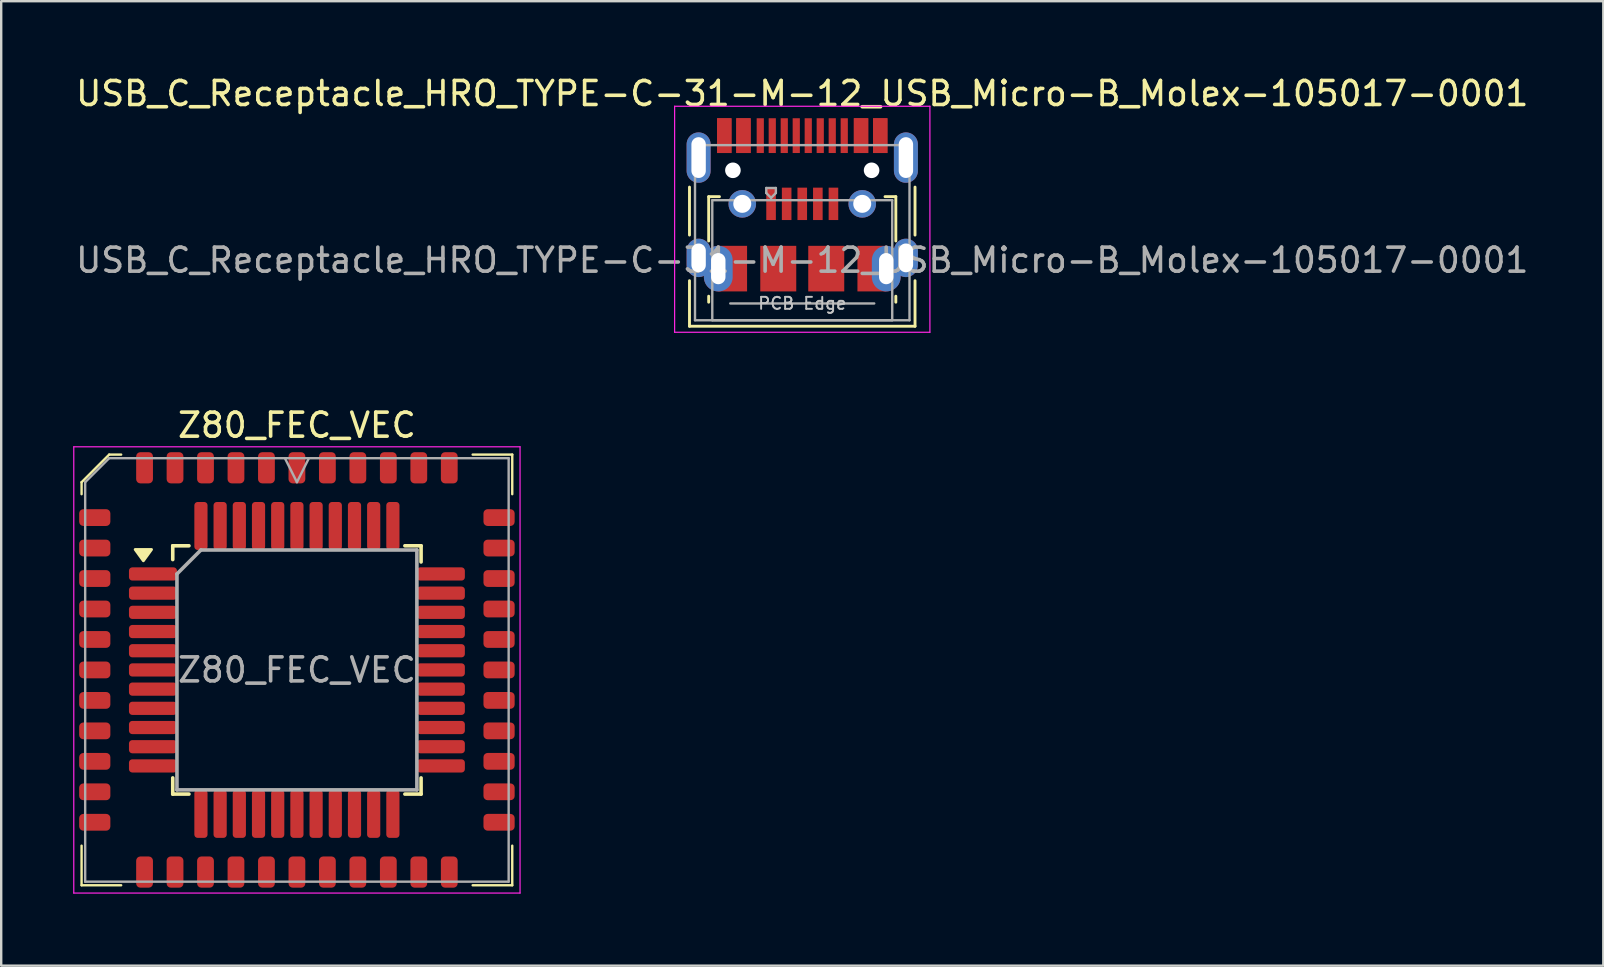
<source format=kicad_pcb>
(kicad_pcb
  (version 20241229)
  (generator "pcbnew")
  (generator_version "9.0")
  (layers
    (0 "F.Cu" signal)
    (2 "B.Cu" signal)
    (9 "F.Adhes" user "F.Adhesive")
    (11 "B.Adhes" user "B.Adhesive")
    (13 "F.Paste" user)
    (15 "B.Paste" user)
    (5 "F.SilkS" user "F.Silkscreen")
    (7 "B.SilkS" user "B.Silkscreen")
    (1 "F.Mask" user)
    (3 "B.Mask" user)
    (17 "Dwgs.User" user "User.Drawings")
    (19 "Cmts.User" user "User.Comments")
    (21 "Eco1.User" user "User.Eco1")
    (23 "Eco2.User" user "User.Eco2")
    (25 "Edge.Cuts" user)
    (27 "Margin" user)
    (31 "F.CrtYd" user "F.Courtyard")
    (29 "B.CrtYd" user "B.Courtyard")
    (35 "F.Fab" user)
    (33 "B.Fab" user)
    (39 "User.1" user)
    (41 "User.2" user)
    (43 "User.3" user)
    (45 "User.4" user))
  (footprint "USB_C_Receptacle_HRO_TYPE-C-31-M-12_USB_Micro-B_Molex-105017-0001"
    (layer "F.Cu")
    (at 30.387 6.648)
    (property "Reference" "USB_C_Receptacle_HRO_TYPE-C-31-M-12_USB_Micro-B_Molex-105017-0001" (at 0 -5.8 0) (layer "F.SilkS") (effects (font (size 1 1) (thickness 0.15))))
    (attr smd)
    (fp_line (start -4.7 -1.9) (end -4.7 0.1) (stroke (width 0.12) (type solid)) (layer "F.SilkS"))
    (fp_line (start -4.7 2) (end -4.7 3.9) (stroke (width 0.12) (type solid)) (layer "F.SilkS"))
    (fp_line (start -4.7 3.9) (end 4.7 3.9) (stroke (width 0.12) (type solid)) (layer "F.SilkS"))
    (fp_line (start -3.9 -1.502) (end -3.45 -1.502) (stroke (width 0.12) (type solid)) (layer "F.SilkS"))
    (fp_line (start -3.9 0.347) (end -3.9 -1.502) (stroke (width 0.12) (type solid)) (layer "F.SilkS"))
    (fp_line (start -3.9 2.897) (end -3.9 2.647) (stroke (width 0.12) (type solid)) (layer "F.SilkS"))
    (fp_line (start 3.9 -1.502) (end 3.45 -1.502) (stroke (width 0.12) (type solid)) (layer "F.SilkS"))
    (fp_line (start 3.9 0.347) (end 3.9 -1.502) (stroke (width 0.12) (type solid)) (layer "F.SilkS"))
    (fp_line (start 3.9 2.897) (end 3.9 2.647) (stroke (width 0.12) (type solid)) (layer "F.SilkS"))
    (fp_line (start 4.7 -1.9) (end 4.7 0.1) (stroke (width 0.12) (type solid)) (layer "F.SilkS"))
    (fp_line (start 4.7 2) (end 4.7 3.9) (stroke (width 0.12) (type solid)) (layer "F.SilkS"))
    (fp_line (start -5.32 -5.27) (end -5.32 4.15) (stroke (width 0.05) (type solid)) (layer "F.CrtYd"))
    (fp_line (start -5.32 -5.27) (end 5.32 -5.27) (stroke (width 0.05) (type solid)) (layer "F.CrtYd"))
    (fp_line (start -5.32 4.15) (end 5.32 4.15) (stroke (width 0.05) (type solid)) (layer "F.CrtYd"))
    (fp_line (start 5.32 -5.27) (end 5.32 4.15) (stroke (width 0.05) (type solid)) (layer "F.CrtYd"))
    (fp_line (start -4.47 -3.65) (end -4.47 3.65) (stroke (width 0.1) (type solid)) (layer "F.Fab"))
    (fp_line (start -4.47 -3.65) (end 4.47 -3.65) (stroke (width 0.1) (type solid)) (layer "F.Fab"))
    (fp_line (start -4.47 3.65) (end 4.47 3.65) (stroke (width 0.1) (type solid)) (layer "F.Fab"))
    (fp_line (start -3.75 -1.353) (end 3.75 -1.353) (stroke (width 0.1) (type solid)) (layer "F.Fab"))
    (fp_line (start -3.75 3.647) (end -3.75 -1.353) (stroke (width 0.1) (type solid)) (layer "F.Fab"))
    (fp_line (start -3.75 3.649) (end 3.75 3.649) (stroke (width 0.1) (type solid)) (layer "F.Fab"))
    (fp_line (start -3 2.949) (end 3 2.949) (stroke (width 0.1) (type solid)) (layer "F.Fab"))
    (fp_line (start -1.5 -1.863) (end -1.5 -1.653) (stroke (width 0.1) (type solid)) (layer "F.Fab"))
    (fp_line (start -1.5 -1.863) (end -1.1 -1.863) (stroke (width 0.1) (type solid)) (layer "F.Fab"))
    (fp_line (start -1.3 -1.452) (end -1.5 -1.653) (stroke (width 0.1) (type solid)) (layer "F.Fab"))
    (fp_line (start -1.1 -1.863) (end -1.1 -1.653) (stroke (width 0.1) (type solid)) (layer "F.Fab"))
    (fp_line (start -1.1 -1.653) (end -1.3 -1.452) (stroke (width 0.1) (type solid)) (layer "F.Fab"))
    (fp_line (start 3.75 3.647) (end 3.75 -1.353) (stroke (width 0.1) (type solid)) (layer "F.Fab"))
    (fp_line (start 4.47 -3.65) (end 4.47 3.65) (stroke (width 0.1) (type solid)) (layer "F.Fab"))
    (fp_text user "PCB Edge" (at 0 2.947 0) (layer "Dwgs.User") (effects (font (size 0.5 0.5) (thickness 0.08))))
    (fp_text user "${REFERENCE}" (at 0 1.147 0) (layer "F.Fab") (effects (font (size 1 1) (thickness 0.15))))
    (pad "" np_thru_hole circle (at -2.89 -2.6) (size 0.65 0.65) (drill 0.65) (layers "*.Cu" "*.Mask"))
    (pad "" smd rect (at 0.65 -1.202) (size 0.4 1.35) (layers "F.Cu" "F.Mask" "F.Paste"))
    (pad "" np_thru_hole circle (at 2.89 -2.6) (size 0.65 0.65) (drill 0.65) (layers "*.Cu" "*.Mask"))
    (pad "A1" smd rect (at -3.25 -4.045) (size 0.6 1.45) (layers "F.Cu" "F.Mask" "F.Paste"))
    (pad "A4" smd rect (at -2.45 -4.045) (size 0.6 1.45) (layers "F.Cu" "F.Mask" "F.Paste"))
    (pad "A4" smd rect (at -1.3 -1.202) (size 0.4 1.35) (layers "F.Cu" "F.Mask" "F.Paste"))
    (pad "A5" smd rect (at -1.25 -4.045) (size 0.3 1.45) (layers "F.Cu" "F.Mask" "F.Paste"))
    (pad "A6" smd rect (at -0.25 -4.045) (size 0.3 1.45) (layers "F.Cu" "F.Mask" "F.Paste"))
    (pad "A6" smd rect (at 0 -1.202) (size 0.4 1.35) (layers "F.Cu" "F.Mask" "F.Paste"))
    (pad "A7" smd rect (at 0.25 -4.045) (size 0.3 1.45) (layers "F.Cu" "F.Mask" "F.Paste"))
    (pad "A8" smd rect (at 1.25 -4.045) (size 0.3 1.45) (layers "F.Cu" "F.Mask" "F.Paste"))
    (pad "A9" smd rect (at 2.45 -4.045) (size 0.6 1.45) (layers "F.Cu" "F.Mask" "F.Paste"))
    (pad "A12" smd rect (at 1.3 -1.202) (size 0.4 1.35) (layers "F.Cu" "F.Mask" "F.Paste"))
    (pad "A12" smd rect (at 3.25 -4.045) (size 0.6 1.45) (layers "F.Cu" "F.Mask" "F.Paste"))
    (pad "B1" smd rect (at 3.25 -4.045) (size 0.6 1.45) (layers "F.Cu" "F.Mask" "F.Paste"))
    (pad "B4" smd rect (at 2.45 -4.045) (size 0.6 1.45) (layers "F.Cu" "F.Mask" "F.Paste"))
    (pad "B5" smd rect (at 1.75 -4.045) (size 0.3 1.45) (layers "F.Cu" "F.Mask" "F.Paste"))
    (pad "B6" smd rect (at 0.75 -4.045) (size 0.3 1.45) (layers "F.Cu" "F.Mask" "F.Paste"))
    (pad "B7" smd rect (at -0.75 -4.045) (size 0.3 1.45) (layers "F.Cu" "F.Mask" "F.Paste"))
    (pad "B7" smd rect (at -0.65 -1.202) (size 0.4 1.35) (layers "F.Cu" "F.Mask" "F.Paste"))
    (pad "B8" smd rect (at -1.75 -4.045) (size 0.3 1.45) (layers "F.Cu" "F.Mask" "F.Paste"))
    (pad "B9" smd rect (at -2.45 -4.045) (size 0.6 1.45) (layers "F.Cu" "F.Mask" "F.Paste"))
    (pad "B12" smd rect (at -3.25 -4.045) (size 0.6 1.45) (layers "F.Cu" "F.Mask" "F.Paste"))
    (pad "S1" thru_hole oval (at -4.32 -3.13) (size 1 2.1) (drill oval 0.6 1.7) (layers "*.Cu" "*.Mask"))
    (pad "S1" thru_hole oval (at -4.32 1.05) (size 1 1.6) (drill oval 0.6 1.2) (layers "*.Cu" "*.Mask"))
    (pad "S1" thru_hole oval (at -3.5 1.498 180) (size 1.2 1.9) (drill oval 0.6 1.3) (layers "*.Cu" "*.Mask"))
    (pad "S1" smd rect (at -2.9 1.498) (size 1.2 1.9) (layers "F.Cu" "F.Mask"))
    (pad "S1" thru_hole circle (at -2.5 -1.202) (size 1.15 1.15) (drill 0.75) (layers "*.Cu" "*.Mask"))
    (pad "S1" smd rect (at -1 1.498) (size 1.5 1.9) (layers "F.Cu" "F.Mask" "F.Paste"))
    (pad "S1" smd rect (at 1 1.498) (size 1.5 1.9) (layers "F.Cu" "F.Mask" "F.Paste"))
    (pad "S1" thru_hole circle (at 2.5 -1.202) (size 1.15 1.15) (drill 0.75) (layers "*.Cu" "*.Mask"))
    (pad "S1" smd rect (at 2.9 1.498) (size 1.2 1.9) (layers "F.Cu" "F.Mask"))
    (pad "S1" thru_hole oval (at 3.5 1.498) (size 1.2 1.9) (drill oval 0.6 1.3) (layers "*.Cu" "*.Mask"))
    (pad "S1" thru_hole oval (at 4.32 -3.13) (size 1 2.1) (drill oval 0.6 1.7) (layers "*.Cu" "*.Mask"))
    (pad "S1" thru_hole oval (at 4.32 1.05) (size 1 1.6) (drill oval 0.6 1.2) (layers "*.Cu" "*.Mask")))
  (footprint "Z80_FEC_VEC"
    (layer "F.Cu")
    (at 9.325 24.872)
    (property "Reference" "Z80_FEC_VEC" (at 0 -10.2 0) (layer "F.SilkS") (effects (font (size 1 1) (thickness 0.15))))
    (attr smd)
    (fp_line (start -8.975 -7.825) (end -8.975 -7.325) (stroke (width 0.1) (type solid)) (layer "F.SilkS"))
    (fp_line (start -8.975 8.975) (end -8.975 7.325) (stroke (width 0.1) (type solid)) (layer "F.SilkS"))
    (fp_line (start -7.825 -8.975) (end -8.975 -7.825) (stroke (width 0.1) (type solid)) (layer "F.SilkS"))
    (fp_line (start -7.325 -8.975) (end -7.825 -8.975) (stroke (width 0.1) (type solid)) (layer "F.SilkS"))
    (fp_line (start -7.325 8.975) (end -8.975 8.975) (stroke (width 0.1) (type solid)) (layer "F.SilkS"))
    (fp_line (start -5.175 -5.175) (end -5.175 -4.6) (stroke (width 0.15) (type solid)) (layer "F.SilkS"))
    (fp_line (start -5.175 -5.175) (end -4.5 -5.175) (stroke (width 0.15) (type solid)) (layer "F.SilkS"))
    (fp_line (start -5.175 5.175) (end -5.175 4.5) (stroke (width 0.15) (type solid)) (layer "F.SilkS"))
    (fp_line (start -5.175 5.175) (end -4.5 5.175) (stroke (width 0.15) (type solid)) (layer "F.SilkS"))
    (fp_line (start 5.175 -5.175) (end 4.5 -5.175) (stroke (width 0.15) (type solid)) (layer "F.SilkS"))
    (fp_line (start 5.175 -5.175) (end 5.175 -4.5) (stroke (width 0.15) (type solid)) (layer "F.SilkS"))
    (fp_line (start 5.175 5.175) (end 4.5 5.175) (stroke (width 0.15) (type solid)) (layer "F.SilkS"))
    (fp_line (start 5.175 5.175) (end 5.175 4.5) (stroke (width 0.15) (type solid)) (layer "F.SilkS"))
    (fp_line (start 7.325 -8.975) (end 8.975 -8.975) (stroke (width 0.1) (type solid)) (layer "F.SilkS"))
    (fp_line (start 7.325 8.975) (end 8.975 8.975) (stroke (width 0.1) (type solid)) (layer "F.SilkS"))
    (fp_line (start 8.975 -8.975) (end 8.975 -7.325) (stroke (width 0.1) (type solid)) (layer "F.SilkS"))
    (fp_line (start 8.975 8.975) (end 8.975 7.325) (stroke (width 0.1) (type solid)) (layer "F.SilkS"))
    (fp_poly (pts (xy -6.4 -4.55) (xy -6.74 -5.02) (xy -6.06 -5.02) (xy -6.4 -4.55)) (stroke (width 0.12) (type solid)) (fill yes) (layer "F.SilkS"))
    (fp_line (start -9.3 -9.3) (end -9.3 9.3) (stroke (width 0.05) (type solid)) (layer "F.CrtYd"))
    (fp_line (start -9.3 9.3) (end 9.3 9.3) (stroke (width 0.05) (type solid)) (layer "F.CrtYd"))
    (fp_line (start 9.3 -9.3) (end -9.3 -9.3) (stroke (width 0.05) (type solid)) (layer "F.CrtYd"))
    (fp_line (start 9.3 9.3) (end 9.3 -9.3) (stroke (width 0.05) (type solid)) (layer "F.CrtYd"))
    (fp_line (start -8.825 -7.825) (end -8.825 8.825) (stroke (width 0.1) (type solid)) (layer "F.Fab"))
    (fp_line (start -8.825 8.825) (end 8.825 8.825) (stroke (width 0.1) (type solid)) (layer "F.Fab"))
    (fp_line (start -7.825 -8.825) (end -8.825 -7.825) (stroke (width 0.1) (type solid)) (layer "F.Fab"))
    (fp_line (start -5 -4) (end -4 -5) (stroke (width 0.15) (type solid)) (layer "F.Fab"))
    (fp_line (start -5 5) (end -5 -4) (stroke (width 0.15) (type solid)) (layer "F.Fab"))
    (fp_line (start -4 -5) (end 5 -5) (stroke (width 0.15) (type solid)) (layer "F.Fab"))
    (fp_line (start -0.5 -8.825) (end 0 -7.825) (stroke (width 0.1) (type solid)) (layer "F.Fab"))
    (fp_line (start 0 -7.825) (end 0.5 -8.825) (stroke (width 0.1) (type solid)) (layer "F.Fab"))
    (fp_line (start 5 -5) (end 5 5) (stroke (width 0.15) (type solid)) (layer "F.Fab"))
    (fp_line (start 5 5) (end -5 5) (stroke (width 0.15) (type solid)) (layer "F.Fab"))
    (fp_line (start 8.825 -8.825) (end -7.825 -8.825) (stroke (width 0.1) (type solid)) (layer "F.Fab"))
    (fp_line (start 8.825 8.825) (end 8.825 -8.825) (stroke (width 0.1) (type solid)) (layer "F.Fab"))
    (fp_text user "${REFERENCE}" (at 0 0 0) (layer "F.Fab") (effects (font (size 1 1) (thickness 0.15))))
    (pad "" smd roundrect (at -8.425 0) (size 1.3 0.7) (layers "F.Cu" "F.Mask" "F.Paste") (roundrect_rratio 0.25))
    (pad "" smd roundrect (at -6.35 -8.425) (size 0.7 1.3) (layers "F.Cu" "F.Mask" "F.Paste") (roundrect_rratio 0.25))
    (pad "" smd roundrect (at 1.27 8.425) (size 0.7 1.3) (layers "F.Cu" "F.Mask" "F.Paste") (roundrect_rratio 0.25))
    (pad "" smd roundrect (at 2.54 8.425) (size 0.7 1.3) (layers "F.Cu" "F.Mask" "F.Paste") (roundrect_rratio 0.25))
    (pad "1" smd roundrect (at -8.425 -6.35) (size 1.3 0.7) (layers "F.Cu" "F.Mask" "F.Paste") (roundrect_rratio 0.25))
    (pad "1" smd roundrect (at -6 -4) (size 2 0.55) (layers "F.Cu" "F.Mask" "F.Paste") (roundrect_rratio 0.25))
    (pad "2" smd roundrect (at -8.425 -5.08) (size 1.3 0.7) (layers "F.Cu" "F.Mask" "F.Paste") (roundrect_rratio 0.25))
    (pad "2" smd roundrect (at -6 -3.2) (size 2 0.55) (layers "F.Cu" "F.Mask" "F.Paste") (roundrect_rratio 0.25))
    (pad "3" smd roundrect (at -8.425 -3.81) (size 1.3 0.7) (layers "F.Cu" "F.Mask" "F.Paste") (roundrect_rratio 0.25))
    (pad "3" smd roundrect (at -6 -2.4) (size 2 0.55) (layers "F.Cu" "F.Mask" "F.Paste") (roundrect_rratio 0.25))
    (pad "4" smd roundrect (at -8.425 -2.54) (size 1.3 0.7) (layers "F.Cu" "F.Mask" "F.Paste") (roundrect_rratio 0.25))
    (pad "4" smd roundrect (at -6 -1.6) (size 2 0.55) (layers "F.Cu" "F.Mask" "F.Paste") (roundrect_rratio 0.25))
    (pad "5" smd roundrect (at -8.425 -1.27) (size 1.3 0.7) (layers "F.Cu" "F.Mask" "F.Paste") (roundrect_rratio 0.25))
    (pad "5" smd roundrect (at -6 -0.8) (size 2 0.55) (layers "F.Cu" "F.Mask" "F.Paste") (roundrect_rratio 0.25))
    (pad "6" smd roundrect (at -8.425 1.27) (size 1.3 0.7) (layers "F.Cu" "F.Mask" "F.Paste") (roundrect_rratio 0.25))
    (pad "6" smd roundrect (at -6 0) (size 2 0.55) (layers "F.Cu" "F.Mask" "F.Paste") (roundrect_rratio 0.25))
    (pad "7" smd roundrect (at -8.425 2.54) (size 1.3 0.7) (layers "F.Cu" "F.Mask" "F.Paste") (roundrect_rratio 0.25))
    (pad "7" smd roundrect (at -6 0.8) (size 2 0.55) (layers "F.Cu" "F.Mask" "F.Paste") (roundrect_rratio 0.25))
    (pad "8" smd roundrect (at -8.425 3.81) (size 1.3 0.7) (layers "F.Cu" "F.Mask" "F.Paste") (roundrect_rratio 0.25))
    (pad "8" smd roundrect (at -6 1.6) (size 2 0.55) (layers "F.Cu" "F.Mask" "F.Paste") (roundrect_rratio 0.25))
    (pad "9" smd roundrect (at -8.425 5.08) (size 1.3 0.7) (layers "F.Cu" "F.Mask" "F.Paste") (roundrect_rratio 0.25))
    (pad "9" smd roundrect (at -6 2.4) (size 2 0.55) (layers "F.Cu" "F.Mask" "F.Paste") (roundrect_rratio 0.25))
    (pad "10" smd roundrect (at -8.425 6.35) (size 1.3 0.7) (layers "F.Cu" "F.Mask" "F.Paste") (roundrect_rratio 0.25))
    (pad "10" smd roundrect (at -6 3.2) (size 2 0.55) (layers "F.Cu" "F.Mask" "F.Paste") (roundrect_rratio 0.25))
    (pad "11" smd roundrect (at -6 4) (size 2 0.55) (layers "F.Cu" "F.Mask" "F.Paste") (roundrect_rratio 0.25))
    (pad "12" smd roundrect (at -6.35 8.425) (size 0.7 1.3) (layers "F.Cu" "F.Mask" "F.Paste") (roundrect_rratio 0.25))
    (pad "12" smd roundrect (at -4 6 90) (size 2 0.55) (layers "F.Cu" "F.Mask" "F.Paste") (roundrect_rratio 0.25))
    (pad "13" smd roundrect (at -5.08 8.425) (size 0.7 1.3) (layers "F.Cu" "F.Mask" "F.Paste") (roundrect_rratio 0.25))
    (pad "13" smd roundrect (at -3.2 6 90) (size 2 0.55) (layers "F.Cu" "F.Mask" "F.Paste") (roundrect_rratio 0.25))
    (pad "14" smd roundrect (at -3.81 8.425) (size 0.7 1.3) (layers "F.Cu" "F.Mask" "F.Paste") (roundrect_rratio 0.25))
    (pad "14" smd roundrect (at -2.4 6 90) (size 2 0.55) (layers "F.Cu" "F.Mask" "F.Paste") (roundrect_rratio 0.25))
    (pad "15" smd roundrect (at -2.54 8.425) (size 0.7 1.3) (layers "F.Cu" "F.Mask" "F.Paste") (roundrect_rratio 0.25))
    (pad "15" smd roundrect (at -1.6 6 90) (size 2 0.55) (layers "F.Cu" "F.Mask" "F.Paste") (roundrect_rratio 0.25))
    (pad "16" smd roundrect (at -1.27 8.425) (size 0.7 1.3) (layers "F.Cu" "F.Mask" "F.Paste") (roundrect_rratio 0.25))
    (pad "16" smd roundrect (at -0.8 6 90) (size 2 0.55) (layers "F.Cu" "F.Mask" "F.Paste") (roundrect_rratio 0.25))
    (pad "17" smd roundrect (at 0 6 90) (size 2 0.55) (layers "F.Cu" "F.Mask" "F.Paste") (roundrect_rratio 0.25))
    (pad "18" smd roundrect (at 0 8.425) (size 0.7 1.3) (layers "F.Cu" "F.Mask" "F.Paste") (roundrect_rratio 0.25))
    (pad "18" smd roundrect (at 0.8 6 90) (size 2 0.55) (layers "F.Cu" "F.Mask" "F.Paste") (roundrect_rratio 0.25))
    (pad "19" smd roundrect (at 1.6 6 90) (size 2 0.55) (layers "F.Cu" "F.Mask" "F.Paste") (roundrect_rratio 0.25))
    (pad "19" smd roundrect (at 3.81 8.425) (size 0.7 1.3) (layers "F.Cu" "F.Mask" "F.Paste") (roundrect_rratio 0.25))
    (pad "20" smd roundrect (at 2.4 6 90) (size 2 0.55) (layers "F.Cu" "F.Mask" "F.Paste") (roundrect_rratio 0.25))
    (pad "20" smd roundrect (at 5.08 8.425) (size 0.7 1.3) (layers "F.Cu" "F.Mask" "F.Paste") (roundrect_rratio 0.25))
    (pad "21" smd roundrect (at 3.2 6 90) (size 2 0.55) (layers "F.Cu" "F.Mask" "F.Paste") (roundrect_rratio 0.25))
    (pad "21" smd roundrect (at 6.35 8.425) (size 0.7 1.3) (layers "F.Cu" "F.Mask" "F.Paste") (roundrect_rratio 0.25))
    (pad "22" smd roundrect (at 4 6 90) (size 2 0.55) (layers "F.Cu" "F.Mask" "F.Paste") (roundrect_rratio 0.25))
    (pad "22" smd roundrect (at 8.425 6.35) (size 1.3 0.7) (layers "F.Cu" "F.Mask" "F.Paste") (roundrect_rratio 0.25))
    (pad "23" smd roundrect (at 6 4) (size 2 0.55) (layers "F.Cu" "F.Mask" "F.Paste") (roundrect_rratio 0.25))
    (pad "23" smd roundrect (at 8.425 5.08) (size 1.3 0.7) (layers "F.Cu" "F.Mask" "F.Paste") (roundrect_rratio 0.25))
    (pad "24" smd roundrect (at 6 3.2) (size 2 0.55) (layers "F.Cu" "F.Mask" "F.Paste") (roundrect_rratio 0.25))
    (pad "24" smd roundrect (at 8.425 3.81) (size 1.3 0.7) (layers "F.Cu" "F.Mask" "F.Paste") (roundrect_rratio 0.25))
    (pad "25" smd roundrect (at 6 2.4) (size 2 0.55) (layers "F.Cu" "F.Mask" "F.Paste") (roundrect_rratio 0.25))
    (pad "25" smd roundrect (at 8.425 2.54) (size 1.3 0.7) (layers "F.Cu" "F.Mask" "F.Paste") (roundrect_rratio 0.25))
    (pad "26" smd roundrect (at 6 1.6) (size 2 0.55) (layers "F.Cu" "F.Mask" "F.Paste") (roundrect_rratio 0.25))
    (pad "26" smd roundrect (at 8.425 1.27) (size 1.3 0.7) (layers "F.Cu" "F.Mask" "F.Paste") (roundrect_rratio 0.25))
    (pad "27" smd roundrect (at 6 0.8) (size 2 0.55) (layers "F.Cu" "F.Mask" "F.Paste") (roundrect_rratio 0.25))
    (pad "27" smd roundrect (at 8.425 0) (size 1.3 0.7) (layers "F.Cu" "F.Mask" "F.Paste") (roundrect_rratio 0.25))
    (pad "28" smd roundrect (at 6 0) (size 2 0.55) (layers "F.Cu" "F.Mask" "F.Paste") (roundrect_rratio 0.25))
    (pad "28" smd roundrect (at 8.425 -1.27) (size 1.3 0.7) (layers "F.Cu" "F.Mask" "F.Paste") (roundrect_rratio 0.25))
    (pad "29" smd roundrect (at 6 -0.8) (size 2 0.55) (layers "F.Cu" "F.Mask" "F.Paste") (roundrect_rratio 0.25))
    (pad "29" smd roundrect (at 8.425 -2.54) (size 1.3 0.7) (layers "F.Cu" "F.Mask" "F.Paste") (roundrect_rratio 0.25))
    (pad "30" smd roundrect (at 6 -1.6) (size 2 0.55) (layers "F.Cu" "F.Mask" "F.Paste") (roundrect_rratio 0.25))
    (pad "30" smd roundrect (at 8.425 -3.81) (size 1.3 0.7) (layers "F.Cu" "F.Mask" "F.Paste") (roundrect_rratio 0.25))
    (pad "31" smd roundrect (at 6 -2.4) (size 2 0.55) (layers "F.Cu" "F.Mask" "F.Paste") (roundrect_rratio 0.25))
    (pad "31" smd roundrect (at 8.425 -5.08) (size 1.3 0.7) (layers "F.Cu" "F.Mask" "F.Paste") (roundrect_rratio 0.25))
    (pad "32" smd roundrect (at 6 -3.2) (size 2 0.55) (layers "F.Cu" "F.Mask" "F.Paste") (roundrect_rratio 0.25))
    (pad "32" smd roundrect (at 8.425 -6.35) (size 1.3 0.7) (layers "F.Cu" "F.Mask" "F.Paste") (roundrect_rratio 0.25))
    (pad "33" smd roundrect (at 6 -4) (size 2 0.55) (layers "F.Cu" "F.Mask" "F.Paste") (roundrect_rratio 0.25))
    (pad "34" smd roundrect (at 4 -6 90) (size 2 0.55) (layers "F.Cu" "F.Mask" "F.Paste") (roundrect_rratio 0.25))
    (pad "34" smd roundrect (at 6.35 -8.425) (size 0.7 1.3) (layers "F.Cu" "F.Mask" "F.Paste") (roundrect_rratio 0.25))
    (pad "35" smd roundrect (at 3.2 -6 90) (size 2 0.55) (layers "F.Cu" "F.Mask" "F.Paste") (roundrect_rratio 0.25))
    (pad "35" smd roundrect (at 5.08 -8.425) (size 0.7 1.3) (layers "F.Cu" "F.Mask" "F.Paste") (roundrect_rratio 0.25))
    (pad "36" smd roundrect (at 2.4 -6 90) (size 2 0.55) (layers "F.Cu" "F.Mask" "F.Paste") (roundrect_rratio 0.25))
    (pad "36" smd roundrect (at 3.81 -8.425) (size 0.7 1.3) (layers "F.Cu" "F.Mask" "F.Paste") (roundrect_rratio 0.25))
    (pad "37" smd roundrect (at 1.6 -6 90) (size 2 0.55) (layers "F.Cu" "F.Mask" "F.Paste") (roundrect_rratio 0.25))
    (pad "37" smd roundrect (at 2.54 -8.425) (size 0.7 1.3) (layers "F.Cu" "F.Mask" "F.Paste") (roundrect_rratio 0.25))
    (pad "38" smd roundrect (at 0.8 -6 90) (size 2 0.55) (layers "F.Cu" "F.Mask" "F.Paste") (roundrect_rratio 0.25))
    (pad "38" smd roundrect (at 1.27 -8.425) (size 0.7 1.3) (layers "F.Cu" "F.Mask" "F.Paste") (roundrect_rratio 0.25))
    (pad "39" smd roundrect (at 0 -6 90) (size 2 0.55) (layers "F.Cu" "F.Mask" "F.Paste") (roundrect_rratio 0.25))
    (pad "40" smd roundrect (at -0.8 -6 90) (size 2 0.55) (layers "F.Cu" "F.Mask" "F.Paste") (roundrect_rratio 0.25))
    (pad "40" smd roundrect (at 0 -8.425) (size 0.7 1.3) (layers "F.Cu" "F.Mask" "F.Paste") (roundrect_rratio 0.25))
    (pad "41" smd roundrect (at -1.6 -6 90) (size 2 0.55) (layers "F.Cu" "F.Mask" "F.Paste") (roundrect_rratio 0.25))
    (pad "41" smd roundrect (at -1.27 -8.425) (size 0.7 1.3) (layers "F.Cu" "F.Mask" "F.Paste") (roundrect_rratio 0.25))
    (pad "42" smd roundrect (at -2.54 -8.425) (size 0.7 1.3) (layers "F.Cu" "F.Mask" "F.Paste") (roundrect_rratio 0.25))
    (pad "42" smd roundrect (at -2.4 -6 90) (size 2 0.55) (layers "F.Cu" "F.Mask" "F.Paste") (roundrect_rratio 0.25))
    (pad "43" smd roundrect (at -3.81 -8.425) (size 0.7 1.3) (layers "F.Cu" "F.Mask" "F.Paste") (roundrect_rratio 0.25))
    (pad "43" smd roundrect (at -3.2 -6 90) (size 2 0.55) (layers "F.Cu" "F.Mask" "F.Paste") (roundrect_rratio 0.25))
    (pad "44" smd roundrect (at -5.08 -8.425) (size 0.7 1.3) (layers "F.Cu" "F.Mask" "F.Paste") (roundrect_rratio 0.25))
    (pad "44" smd roundrect (at -4 -6 90) (size 2 0.55) (layers "F.Cu" "F.Mask" "F.Paste") (roundrect_rratio 0.25)))
  (gr_rect
    (start -3 -3)
    (end 63.774 37.197)
    (stroke (width 0.1) (type default))
    (fill no)
    (layer "Edge.Cuts")))
</source>
